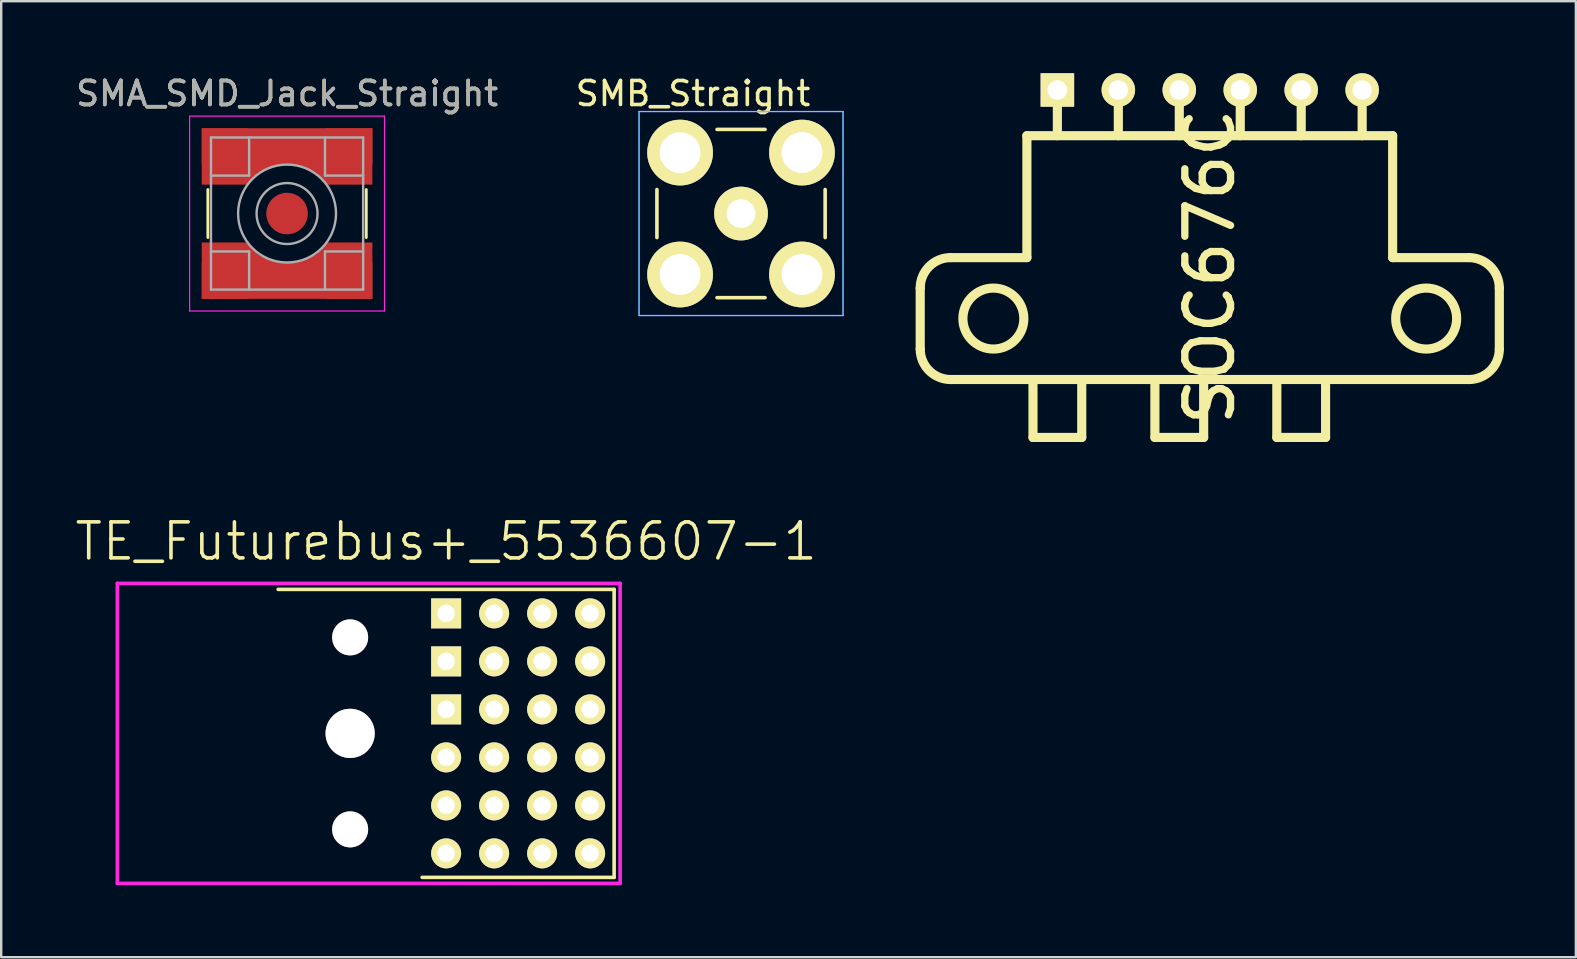
<source format=kicad_pcb>
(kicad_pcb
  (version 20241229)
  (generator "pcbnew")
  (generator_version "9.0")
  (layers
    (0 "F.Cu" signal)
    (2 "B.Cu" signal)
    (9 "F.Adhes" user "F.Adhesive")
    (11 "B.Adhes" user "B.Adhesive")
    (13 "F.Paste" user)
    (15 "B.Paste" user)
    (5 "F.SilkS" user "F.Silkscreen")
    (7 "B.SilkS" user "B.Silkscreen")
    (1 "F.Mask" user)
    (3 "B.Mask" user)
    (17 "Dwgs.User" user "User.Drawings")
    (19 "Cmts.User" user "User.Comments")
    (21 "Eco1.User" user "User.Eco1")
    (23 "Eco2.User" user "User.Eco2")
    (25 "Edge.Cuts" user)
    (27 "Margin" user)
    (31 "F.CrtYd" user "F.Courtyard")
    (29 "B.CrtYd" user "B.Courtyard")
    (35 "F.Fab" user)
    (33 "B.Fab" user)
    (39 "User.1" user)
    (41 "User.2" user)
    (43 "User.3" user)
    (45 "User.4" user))
  (footprint "SMA_SMD_Jack_Straight"
    (layer "F.Cu")
    (at 8.911 5.848)
    (property "Reference" "SMA_SMD_Jack_Straight" (at 0 -5 0) (layer "F.SilkS") (effects (font (size 1 1) (thickness 0.15))))
    (attr smd)
    (fp_line (start -3.3 -1) (end -3.3 1) (stroke (width 0.12) (type solid)) (layer "F.SilkS"))
    (fp_line (start 3.3 -1) (end 3.3 1) (stroke (width 0.12) (type solid)) (layer "F.SilkS"))
    (fp_line (start -4.06 -4.06) (end -4.06 4.06) (stroke (width 0.05) (type solid)) (layer "F.CrtYd"))
    (fp_line (start -4.06 -4.06) (end 4.06 -4.06) (stroke (width 0.05) (type solid)) (layer "F.CrtYd"))
    (fp_line (start 4.06 4.06) (end -4.06 4.06) (stroke (width 0.05) (type solid)) (layer "F.CrtYd"))
    (fp_line (start 4.06 4.06) (end 4.06 -4.06) (stroke (width 0.05) (type solid)) (layer "F.CrtYd"))
    (fp_line (start -3.17 -3.17) (end -3.17 3.17) (stroke (width 0.1) (type solid)) (layer "F.Fab"))
    (fp_line (start -3.17 -3.17) (end 3.17 -3.17) (stroke (width 0.1) (type solid)) (layer "F.Fab"))
    (fp_line (start -3.17 -1.58) (end -1.58 -1.58) (stroke (width 0.1) (type solid)) (layer "F.Fab"))
    (fp_line (start -3.17 1.58) (end -1.58 1.58) (stroke (width 0.1) (type solid)) (layer "F.Fab"))
    (fp_line (start -3.17 3.17) (end 3.17 3.17) (stroke (width 0.1) (type solid)) (layer "F.Fab"))
    (fp_line (start -1.58 -3.17) (end -1.58 -1.58) (stroke (width 0.1) (type solid)) (layer "F.Fab"))
    (fp_line (start -1.58 1.58) (end -1.58 3.17) (stroke (width 0.1) (type solid)) (layer "F.Fab"))
    (fp_line (start 1.58 -3.17) (end 1.58 -1.58) (stroke (width 0.1) (type solid)) (layer "F.Fab"))
    (fp_line (start 1.58 -1.58) (end 3.17 -1.58) (stroke (width 0.1) (type solid)) (layer "F.Fab"))
    (fp_line (start 1.58 1.58) (end 1.58 3.17) (stroke (width 0.1) (type solid)) (layer "F.Fab"))
    (fp_line (start 3.17 -3.17) (end 3.17 3.17) (stroke (width 0.1) (type solid)) (layer "F.Fab"))
    (fp_line (start 3.17 1.58) (end 1.58 1.58) (stroke (width 0.1) (type solid)) (layer "F.Fab"))
    (fp_circle (center 0 0) (end 1.27 0) (stroke (width 0.1) (type solid)) (fill no) (layer "F.Fab"))
    (fp_circle (center 0 0) (end 2.04 0) (stroke (width 0.1) (type solid)) (fill no) (layer "F.Fab"))
    (fp_text user "${REFERENCE}" (at 0 -5 0) (layer "F.Fab") (effects (font (size 1 1) (thickness 0.15))))
    (pad "1" smd circle (at 0 0 90) (size 1.73 1.73) (layers "F.Cu" "F.Mask" "F.Paste"))
    (pad "2" smd rect (at -2.6 -2.38 90) (size 2.35 1.91) (layers "F.Cu" "F.Mask" "F.Paste"))
    (pad "2" smd rect (at -2.6 2.38 90) (size 2.35 1.91) (layers "F.Cu" "F.Mask" "F.Paste"))
    (pad "2" smd rect (at -1.51 -1.75 50) (size 1 0.5) (layers "F.Cu" "F.Mask" "F.Paste"))
    (pad "2" smd rect (at -1.51 1.75 310) (size 1 0.5) (layers "F.Cu" "F.Mask" "F.Paste"))
    (pad "2" smd rect (at -0.85 -2.38 20) (size 2 1) (layers "F.Cu" "F.Mask" "F.Paste"))
    (pad "2" smd rect (at -0.85 2.38 340) (size 2 1) (layers "F.Cu" "F.Mask" "F.Paste"))
    (pad "2" smd rect (at 0 -2.8 90) (size 1.51 7.11) (layers "F.Cu" "F.Mask" "F.Paste"))
    (pad "2" smd rect (at 0 2.8 90) (size 1.51 7.11) (layers "F.Cu" "F.Mask" "F.Paste"))
    (pad "2" smd rect (at 0.85 -2.38 340) (size 2 1) (layers "F.Cu" "F.Mask" "F.Paste"))
    (pad "2" smd rect (at 0.85 2.38 20) (size 2 1) (layers "F.Cu" "F.Mask" "F.Paste"))
    (pad "2" smd rect (at 1.51 -1.75 310) (size 1 0.5) (layers "F.Cu" "F.Mask" "F.Paste"))
    (pad "2" smd rect (at 1.51 1.75 50) (size 1 0.5) (layers "F.Cu" "F.Mask" "F.Paste"))
    (pad "2" smd rect (at 2.6 -2.38 90) (size 2.35 1.91) (layers "F.Cu" "F.Mask" "F.Paste"))
    (pad "2" smd rect (at 2.6 2.38 90) (size 2.35 1.91) (layers "F.Cu" "F.Mask" "F.Paste")))
  (footprint "SOC676C"
    (layer "F.Cu")
    (at 47.358 0.699)
    (property "Reference" "SOC676C" (at 0 7.366 90) (layer "F.SilkS") (effects (font (size 1.905 1.905) (thickness 0.305))))
    (attr through_hole)
    (fp_line (start -12.065 10.795) (end -12.065 8.255) (stroke (width 0.381) (type solid)) (layer "F.SilkS"))
    (fp_line (start -7.62 1.905) (end 7.62 1.905) (stroke (width 0.381) (type solid)) (layer "F.SilkS"))
    (fp_line (start -7.62 6.985) (end -10.795 6.985) (stroke (width 0.381) (type solid)) (layer "F.SilkS"))
    (fp_line (start -7.62 6.985) (end -7.62 1.905) (stroke (width 0.381) (type solid)) (layer "F.SilkS"))
    (fp_line (start -7.366 12.065) (end -7.366 14.478) (stroke (width 0.381) (type solid)) (layer "F.SilkS"))
    (fp_line (start -7.366 14.478) (end -5.334 14.478) (stroke (width 0.381) (type solid)) (layer "F.SilkS"))
    (fp_line (start -6.35 0) (end -6.35 1.905) (stroke (width 0.381) (type solid)) (layer "F.SilkS"))
    (fp_line (start -5.334 14.478) (end -5.334 12.065) (stroke (width 0.381) (type solid)) (layer "F.SilkS"))
    (fp_line (start -3.81 0) (end -3.81 1.905) (stroke (width 0.381) (type solid)) (layer "F.SilkS"))
    (fp_line (start -2.286 14.478) (end -2.286 12.065) (stroke (width 0.381) (type solid)) (layer "F.SilkS"))
    (fp_line (start -1.27 0) (end -1.27 1.905) (stroke (width 0.381) (type solid)) (layer "F.SilkS"))
    (fp_line (start -0.254 12.065) (end -0.254 14.478) (stroke (width 0.381) (type solid)) (layer "F.SilkS"))
    (fp_line (start -0.254 14.478) (end -2.286 14.478) (stroke (width 0.381) (type solid)) (layer "F.SilkS"))
    (fp_line (start 1.27 0) (end 1.27 1.905) (stroke (width 0.381) (type solid)) (layer "F.SilkS"))
    (fp_line (start 2.794 12.065) (end 2.794 14.478) (stroke (width 0.381) (type solid)) (layer "F.SilkS"))
    (fp_line (start 2.794 14.478) (end 4.826 14.478) (stroke (width 0.381) (type solid)) (layer "F.SilkS"))
    (fp_line (start 3.81 0) (end 3.81 1.905) (stroke (width 0.381) (type solid)) (layer "F.SilkS"))
    (fp_line (start 4.826 14.478) (end 4.826 12.065) (stroke (width 0.381) (type solid)) (layer "F.SilkS"))
    (fp_line (start 6.35 0) (end 6.35 1.905) (stroke (width 0.381) (type solid)) (layer "F.SilkS"))
    (fp_line (start 7.62 1.905) (end 7.62 6.985) (stroke (width 0.381) (type solid)) (layer "F.SilkS"))
    (fp_line (start 7.62 6.985) (end 10.795 6.985) (stroke (width 0.381) (type solid)) (layer "F.SilkS"))
    (fp_line (start 10.795 12.065) (end -10.795 12.065) (stroke (width 0.381) (type solid)) (layer "F.SilkS"))
    (fp_line (start 12.065 8.255) (end 12.065 10.795) (stroke (width 0.381) (type solid)) (layer "F.SilkS"))
    (fp_arc (start -12.065 8.255) (mid -11.693026 7.356974) (end -10.795 6.985) (stroke (width 0.381) (type solid)) (layer "F.SilkS"))
    (fp_arc (start -10.795 12.065) (mid -11.693026 11.693026) (end -12.065 10.795) (stroke (width 0.381) (type solid)) (layer "F.SilkS"))
    (fp_arc (start 10.795 6.985) (mid 11.693026 7.356974) (end 12.065 8.255) (stroke (width 0.381) (type solid)) (layer "F.SilkS"))
    (fp_arc (start 12.065 10.795) (mid 11.693026 11.693026) (end 10.795 12.065) (stroke (width 0.381) (type solid)) (layer "F.SilkS"))
    (fp_circle (center -9.017 9.525) (end -9.017 8.255) (stroke (width 0.381) (type solid)) (fill no) (layer "F.SilkS"))
    (fp_circle (center 9.017 9.525) (end 10.287 9.525) (stroke (width 0.381) (type solid)) (fill no) (layer "F.SilkS"))
    (pad "1" thru_hole rect (at -6.35 0 90) (size 1.397 1.397) (drill 0.813) (layers "*.Cu" "*.Mask" "F.SilkS"))
    (pad "2" thru_hole circle (at -3.81 0 90) (size 1.397 1.397) (drill 0.813) (layers "*.Cu" "*.Mask" "F.SilkS"))
    (pad "3" thru_hole circle (at -1.27 0 90) (size 1.397 1.397) (drill 0.813) (layers "*.Cu" "*.Mask" "F.SilkS"))
    (pad "4" thru_hole circle (at 1.27 0 90) (size 1.397 1.397) (drill 0.813) (layers "*.Cu" "*.Mask" "F.SilkS"))
    (pad "5" thru_hole circle (at 3.81 0 90) (size 1.397 1.397) (drill 0.813) (layers "*.Cu" "*.Mask" "F.SilkS"))
    (pad "6" thru_hole circle (at 6.35 0 90) (size 1.397 1.397) (drill 0.813) (layers "*.Cu" "*.Mask" "F.SilkS")))
  (footprint "SMB_Straight"
    (layer "F.Cu")
    (at 27.827 5.848)
    (property "Reference" "SMB_Straight" (at -2 -5 0) (layer "F.SilkS") (effects (font (size 1 1) (thickness 0.15))))
    (attr through_hole)
    (fp_line (start -3.505 1) (end -3.505 -1) (stroke (width 0.15) (type solid)) (layer "F.SilkS"))
    (fp_line (start -1 -3.505) (end 1 -3.505) (stroke (width 0.15) (type solid)) (layer "F.SilkS"))
    (fp_line (start 1 3.505) (end -1 3.505) (stroke (width 0.15) (type solid)) (layer "F.SilkS"))
    (fp_line (start 3.505 -1) (end 3.505 1) (stroke (width 0.15) (type solid)) (layer "F.SilkS"))
    (fp_line (start -4.25 -4.25) (end 4.25 -4.25) (stroke (width 0.05) (type solid)) (layer "B.CrtYd"))
    (fp_line (start -4.25 4.25) (end -4.25 -4.25) (stroke (width 0.05) (type solid)) (layer "B.CrtYd"))
    (fp_line (start 4.25 -4.25) (end 4.25 4.25) (stroke (width 0.05) (type solid)) (layer "B.CrtYd"))
    (fp_line (start 4.25 4.25) (end -4.25 4.25) (stroke (width 0.05) (type solid)) (layer "B.CrtYd"))
    (fp_line (start -4.25 -4.25) (end 4.25 -4.25) (stroke (width 0.05) (type solid)) (layer "F.CrtYd"))
    (fp_line (start -4.25 4.25) (end -4.25 -4.25) (stroke (width 0.05) (type solid)) (layer "F.CrtYd"))
    (fp_line (start 4.25 -4.25) (end 4.25 4.25) (stroke (width 0.05) (type solid)) (layer "F.CrtYd"))
    (fp_line (start 4.25 4.25) (end -4.25 4.25) (stroke (width 0.05) (type solid)) (layer "F.CrtYd"))
    (pad "1" thru_hole circle (at 0 0) (size 2.24 2.24) (drill 1.2) (layers "*.Cu" "*.Mask" "F.SilkS"))
    (pad "2" thru_hole circle (at -2.54 -2.54) (size 2.74 2.74) (drill 1.7) (layers "*.Cu" "*.Mask" "F.SilkS"))
    (pad "2" thru_hole circle (at -2.54 2.54) (size 2.74 2.74) (drill 1.7) (layers "*.Cu" "*.Mask" "F.SilkS"))
    (pad "2" thru_hole circle (at 2.54 -2.54) (size 2.74 2.74) (drill 1.7) (layers "*.Cu" "*.Mask" "F.SilkS"))
    (pad "2" thru_hole circle (at 2.54 2.54) (size 2.74 2.74) (drill 1.7) (layers "*.Cu" "*.Mask" "F.SilkS")))
  (footprint "TE_Futurebus+_5536607-1"
    (layer "F.Cu")
    (at 15.539 22.508)
    (property "Reference" "TE_Futurebus+_5536607-1" (at 0 -3 0) (layer "F.SilkS") (effects (font (size 1.5 1.5) (thickness 0.15))))
    (attr through_hole)
    (fp_line (start -7 -1) (end 7 -1) (stroke (width 0.15) (type solid)) (layer "F.SilkS"))
    (fp_line (start 7 -1) (end 7 11) (stroke (width 0.15) (type solid)) (layer "F.SilkS"))
    (fp_line (start 7 11) (end -1 11) (stroke (width 0.15) (type solid)) (layer "F.SilkS"))
    (fp_line (start -13.7 -1.25) (end 7.25 -1.25) (stroke (width 0.15) (type solid)) (layer "F.CrtYd"))
    (fp_line (start -13.7 11.25) (end -13.7 -1.25) (stroke (width 0.15) (type solid)) (layer "F.CrtYd"))
    (fp_line (start 7.25 -1.25) (end 7.25 11.25) (stroke (width 0.15) (type solid)) (layer "F.CrtYd"))
    (fp_line (start 7.25 11.25) (end -13.7 11.25) (stroke (width 0.15) (type solid)) (layer "F.CrtYd"))
    (pad "" thru_hole circle (at -4 1) (size 1.5 1.5) (drill 1.5) (layers "*.Cu" "*.Mask"))
    (pad "" thru_hole circle (at -4 5) (size 2.05 2.05) (drill 2.05) (layers "*.Cu" "*.Mask"))
    (pad "" thru_hole circle (at -4 9) (size 1.5 1.5) (drill 1.5) (layers "*.Cu" "*.Mask"))
    (pad "1" thru_hole rect (at 0 0) (size 1.25 1.25) (drill 0.725) (layers "*.Cu" "*.Mask" "F.SilkS"))
    (pad "1" thru_hole rect (at 0 2) (size 1.25 1.25) (drill 0.725) (layers "*.Cu" "*.Mask" "F.SilkS"))
    (pad "1" thru_hole rect (at 0 4) (size 1.25 1.25) (drill 0.725) (layers "*.Cu" "*.Mask" "F.SilkS"))
    (pad "2" thru_hole circle (at 2 0) (size 1.25 1.25) (drill 0.725) (layers "*.Cu" "*.Mask" "F.SilkS"))
    (pad "2" thru_hole circle (at 2 2) (size 1.25 1.25) (drill 0.725) (layers "*.Cu" "*.Mask" "F.SilkS"))
    (pad "2" thru_hole circle (at 2 4) (size 1.25 1.25) (drill 0.725) (layers "*.Cu" "*.Mask" "F.SilkS"))
    (pad "3" thru_hole circle (at 4 0) (size 1.25 1.25) (drill 0.725) (layers "*.Cu" "*.Mask" "F.SilkS"))
    (pad "3" thru_hole circle (at 4 2) (size 1.25 1.25) (drill 0.725) (layers "*.Cu" "*.Mask" "F.SilkS"))
    (pad "3" thru_hole circle (at 4 4) (size 1.25 1.25) (drill 0.725) (layers "*.Cu" "*.Mask" "F.SilkS"))
    (pad "4" thru_hole circle (at 6 0) (size 1.25 1.25) (drill 0.725) (layers "*.Cu" "*.Mask" "F.SilkS"))
    (pad "4" thru_hole circle (at 6 2) (size 1.25 1.25) (drill 0.725) (layers "*.Cu" "*.Mask" "F.SilkS"))
    (pad "4" thru_hole circle (at 6 4) (size 1.25 1.25) (drill 0.725) (layers "*.Cu" "*.Mask" "F.SilkS"))
    (pad "5" thru_hole circle (at 0 6) (size 1.25 1.25) (drill 0.725) (layers "*.Cu" "*.Mask" "F.SilkS"))
    (pad "5" thru_hole circle (at 0 8) (size 1.25 1.25) (drill 0.725) (layers "*.Cu" "*.Mask" "F.SilkS"))
    (pad "5" thru_hole circle (at 0 10) (size 1.25 1.25) (drill 0.725) (layers "*.Cu" "*.Mask" "F.SilkS"))
    (pad "6" thru_hole circle (at 2 6) (size 1.25 1.25) (drill 0.725) (layers "*.Cu" "*.Mask" "F.SilkS"))
    (pad "6" thru_hole circle (at 2 8) (size 1.25 1.25) (drill 0.725) (layers "*.Cu" "*.Mask" "F.SilkS"))
    (pad "6" thru_hole circle (at 2 10) (size 1.25 1.25) (drill 0.725) (layers "*.Cu" "*.Mask" "F.SilkS"))
    (pad "7" thru_hole circle (at 4 6) (size 1.25 1.25) (drill 0.725) (layers "*.Cu" "*.Mask" "F.SilkS"))
    (pad "7" thru_hole circle (at 4 8) (size 1.25 1.25) (drill 0.725) (layers "*.Cu" "*.Mask" "F.SilkS"))
    (pad "7" thru_hole circle (at 4 10) (size 1.25 1.25) (drill 0.725) (layers "*.Cu" "*.Mask" "F.SilkS"))
    (pad "8" thru_hole circle (at 6 6) (size 1.25 1.25) (drill 0.725) (layers "*.Cu" "*.Mask" "F.SilkS"))
    (pad "8" thru_hole circle (at 6 8) (size 1.25 1.25) (drill 0.725) (layers "*.Cu" "*.Mask" "F.SilkS"))
    (pad "8" thru_hole circle (at 6 10) (size 1.25 1.25) (drill 0.725) (layers "*.Cu" "*.Mask" "F.SilkS")))
  (gr_rect
    (start -3 -3)
    (end 62.613 36.833)
    (stroke (width 0.1) (type default))
    (fill no)
    (layer "Edge.Cuts")))
</source>
